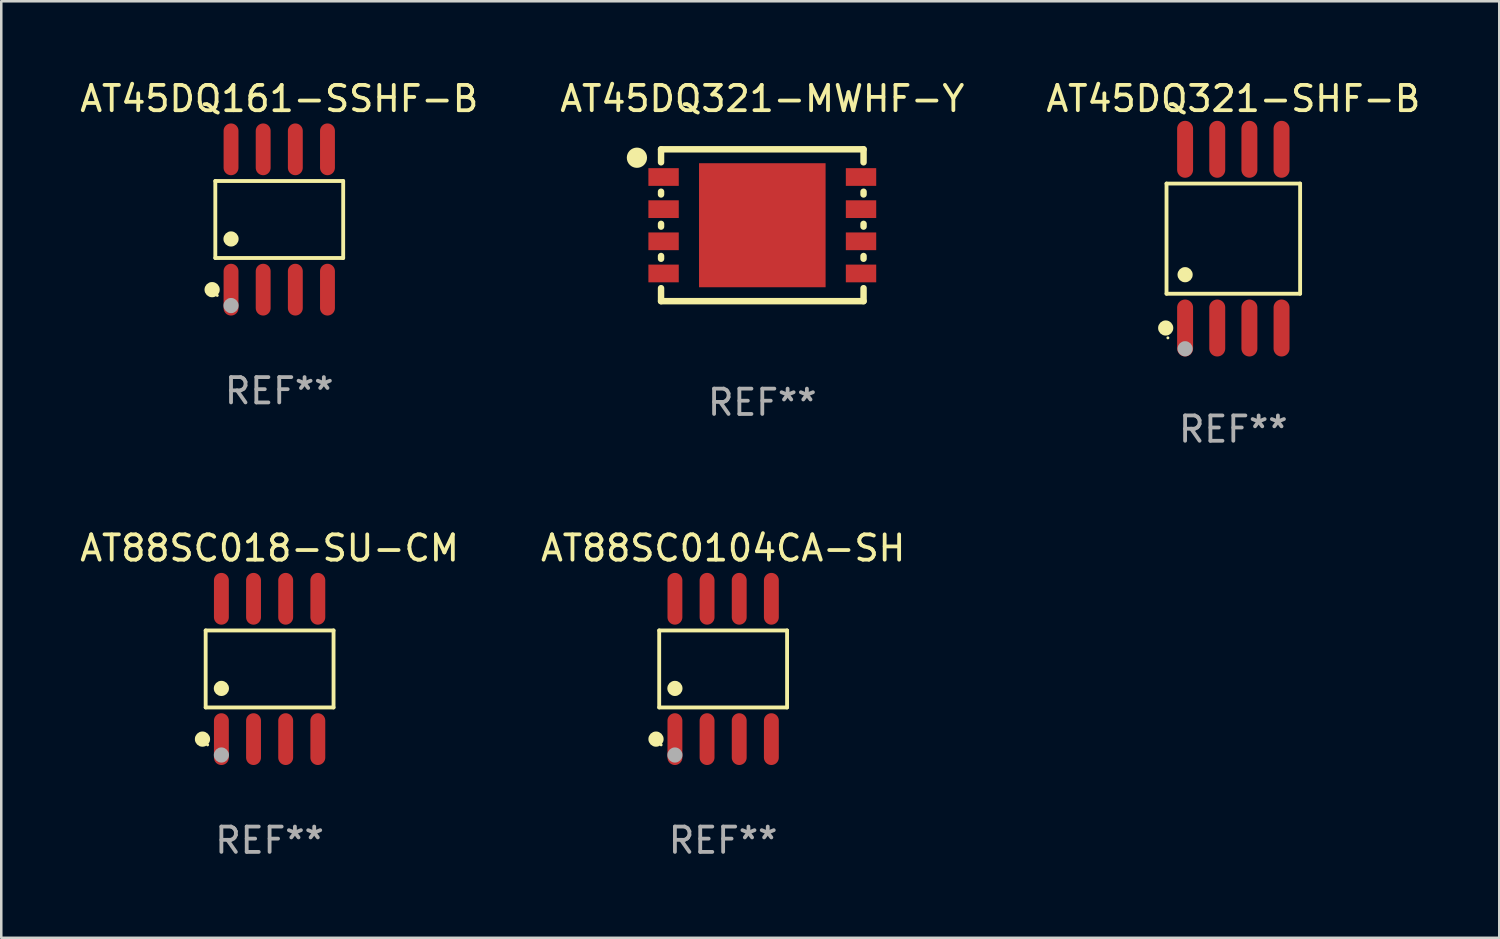
<source format=kicad_pcb>
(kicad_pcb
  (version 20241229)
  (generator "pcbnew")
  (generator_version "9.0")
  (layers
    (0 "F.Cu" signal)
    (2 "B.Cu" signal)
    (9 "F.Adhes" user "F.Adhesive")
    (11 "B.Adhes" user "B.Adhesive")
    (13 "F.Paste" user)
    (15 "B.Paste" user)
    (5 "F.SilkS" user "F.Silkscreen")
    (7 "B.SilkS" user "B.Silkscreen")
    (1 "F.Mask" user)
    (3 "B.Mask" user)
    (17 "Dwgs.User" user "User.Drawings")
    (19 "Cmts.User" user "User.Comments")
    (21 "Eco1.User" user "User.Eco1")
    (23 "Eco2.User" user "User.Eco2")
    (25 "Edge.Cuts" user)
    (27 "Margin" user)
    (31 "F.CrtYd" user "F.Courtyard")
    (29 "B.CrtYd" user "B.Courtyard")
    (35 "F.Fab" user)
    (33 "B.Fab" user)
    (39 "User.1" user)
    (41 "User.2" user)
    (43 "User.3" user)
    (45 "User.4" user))
  (footprint "AT88SC0104CA-SH"
    (layer "F.Cu")
    (at 25.518 23.377)
    (property "Reference" "AT88SC0104CA-SH" (at 0 -4.772 0) (layer "F.SilkS") (effects (font (size 1 1) (thickness 0.15))))
    (attr through_hole)
    (fp_line (start -2.526 -1.521) (end 2.526 -1.521) (stroke (width 0.152) (type solid)) (layer "F.SilkS"))
    (fp_line (start -2.526 1.521) (end -2.526 -1.521) (stroke (width 0.152) (type solid)) (layer "F.SilkS"))
    (fp_line (start 2.526 -1.521) (end 2.526 1.521) (stroke (width 0.152) (type solid)) (layer "F.SilkS"))
    (fp_line (start 2.526 1.521) (end -2.526 1.521) (stroke (width 0.152) (type solid)) (layer "F.SilkS"))
    (fp_circle (center -2.652 2.772) (end -2.501 2.772) (stroke (width 0.3) (type solid)) (fill no) (layer "F.SilkS"))
    (fp_circle (center -2.45 3) (end -2.42 3) (stroke (width 0.06) (type solid)) (fill no) (layer "F.SilkS"))
    (fp_circle (center -1.905 0.769) (end -1.755 0.769) (stroke (width 0.3) (type solid)) (fill no) (layer "F.SilkS"))
    (fp_circle (center -1.905 3.4) (end -1.755 3.4) (stroke (width 0.3) (type solid)) (fill no) (layer "F.Fab"))
    (fp_text user "REF**" (at 0 6.772 0) (layer "F.Fab") (effects (font (size 1 1) (thickness 0.15))))
    (pad "1" smd oval (at -1.905 2.772) (size 0.588 2.045) (layers "F.Cu" "F.Mask" "F.Paste"))
    (pad "2" smd oval (at -0.635 2.772) (size 0.588 2.045) (layers "F.Cu" "F.Mask" "F.Paste"))
    (pad "3" smd oval (at 0.635 2.772) (size 0.588 2.045) (layers "F.Cu" "F.Mask" "F.Paste"))
    (pad "4" smd oval (at 1.905 2.772) (size 0.588 2.045) (layers "F.Cu" "F.Mask" "F.Paste"))
    (pad "5" smd oval (at 1.905 -2.772) (size 0.588 2.045) (layers "F.Cu" "F.Mask" "F.Paste"))
    (pad "6" smd oval (at 0.635 -2.772) (size 0.588 2.045) (layers "F.Cu" "F.Mask" "F.Paste"))
    (pad "7" smd oval (at -0.635 -2.772) (size 0.588 2.045) (layers "F.Cu" "F.Mask" "F.Paste"))
    (pad "8" smd oval (at -1.905 -2.772) (size 0.588 2.045) (layers "F.Cu" "F.Mask" "F.Paste")))
  (footprint "AT45DQ161-SSHF-B"
    (layer "F.Cu")
    (at 7.982 5.621)
    (property "Reference" "AT45DQ161-SSHF-B" (at 0 -4.772 0) (layer "F.SilkS") (effects (font (size 1 1) (thickness 0.15))))
    (attr through_hole)
    (fp_line (start -2.526 -1.521) (end 2.526 -1.521) (stroke (width 0.152) (type solid)) (layer "F.SilkS"))
    (fp_line (start -2.526 1.521) (end -2.526 -1.521) (stroke (width 0.152) (type solid)) (layer "F.SilkS"))
    (fp_line (start 2.526 -1.521) (end 2.526 1.521) (stroke (width 0.152) (type solid)) (layer "F.SilkS"))
    (fp_line (start 2.526 1.521) (end -2.526 1.521) (stroke (width 0.152) (type solid)) (layer "F.SilkS"))
    (fp_circle (center -2.652 2.772) (end -2.501 2.772) (stroke (width 0.3) (type solid)) (fill no) (layer "F.SilkS"))
    (fp_circle (center -2.45 3) (end -2.42 3) (stroke (width 0.06) (type solid)) (fill no) (layer "F.SilkS"))
    (fp_circle (center -1.905 0.769) (end -1.755 0.769) (stroke (width 0.3) (type solid)) (fill no) (layer "F.SilkS"))
    (fp_circle (center -1.905 3.4) (end -1.755 3.4) (stroke (width 0.3) (type solid)) (fill no) (layer "F.Fab"))
    (fp_text user "REF**" (at 0 6.772 0) (layer "F.Fab") (effects (font (size 1 1) (thickness 0.15))))
    (pad "1" smd oval (at -1.905 2.772) (size 0.588 2.045) (layers "F.Cu" "F.Mask" "F.Paste"))
    (pad "2" smd oval (at -0.635 2.772) (size 0.588 2.045) (layers "F.Cu" "F.Mask" "F.Paste"))
    (pad "3" smd oval (at 0.635 2.772) (size 0.588 2.045) (layers "F.Cu" "F.Mask" "F.Paste"))
    (pad "4" smd oval (at 1.905 2.772) (size 0.588 2.045) (layers "F.Cu" "F.Mask" "F.Paste"))
    (pad "5" smd oval (at 1.905 -2.772) (size 0.588 2.045) (layers "F.Cu" "F.Mask" "F.Paste"))
    (pad "6" smd oval (at 0.635 -2.772) (size 0.588 2.045) (layers "F.Cu" "F.Mask" "F.Paste"))
    (pad "7" smd oval (at -0.635 -2.772) (size 0.588 2.045) (layers "F.Cu" "F.Mask" "F.Paste"))
    (pad "8" smd oval (at -1.905 -2.772) (size 0.588 2.045) (layers "F.Cu" "F.Mask" "F.Paste")))
  (footprint "AT45DQ321-MWHF-Y"
    (layer "F.Cu")
    (at 27.065 5.848)
    (property "Reference" "AT45DQ321-MWHF-Y" (at 0 -5 0) (layer "F.SilkS") (effects (font (size 1 1) (thickness 0.15))))
    (attr through_hole)
    (fp_line (start -4 -3) (end -4 -2.486) (stroke (width 0.254) (type solid)) (layer "F.SilkS"))
    (fp_line (start -4 -1.324) (end -4 -1.216) (stroke (width 0.254) (type solid)) (layer "F.SilkS"))
    (fp_line (start -4 -0.054) (end -4 0.054) (stroke (width 0.254) (type solid)) (layer "F.SilkS"))
    (fp_line (start -4 1.216) (end -4 1.324) (stroke (width 0.254) (type solid)) (layer "F.SilkS"))
    (fp_line (start -4 2.486) (end -4 3) (stroke (width 0.254) (type solid)) (layer "F.SilkS"))
    (fp_line (start 4 -3) (end -4 -3) (stroke (width 0.254) (type solid)) (layer "F.SilkS"))
    (fp_line (start 4 -3) (end 4 -2.486) (stroke (width 0.254) (type solid)) (layer "F.SilkS"))
    (fp_line (start 4 -1.324) (end 4 -1.216) (stroke (width 0.254) (type solid)) (layer "F.SilkS"))
    (fp_line (start 4 -0.054) (end 4 0.054) (stroke (width 0.254) (type solid)) (layer "F.SilkS"))
    (fp_line (start 4 1.216) (end 4 1.324) (stroke (width 0.254) (type solid)) (layer "F.SilkS"))
    (fp_line (start 4 2.486) (end 4 3) (stroke (width 0.254) (type solid)) (layer "F.SilkS"))
    (fp_line (start 4 3) (end -4 3) (stroke (width 0.254) (type solid)) (layer "F.SilkS"))
    (fp_circle (center -4.953 -2.667) (end -4.753 -2.667) (stroke (width 0.4) (type solid)) (fill no) (layer "F.SilkS"))
    (fp_text user "REF**" (at 0 7 0) (layer "F.Fab") (effects (font (size 1 1) (thickness 0.15))))
    (pad "1" smd rect (at -3.9 -1.905) (size 1.2 0.7) (layers "F.Cu" "F.Mask" "F.Paste"))
    (pad "2" smd rect (at -3.9 -0.635) (size 1.2 0.7) (layers "F.Cu" "F.Mask" "F.Paste"))
    (pad "3" smd rect (at -3.9 0.635) (size 1.2 0.7) (layers "F.Cu" "F.Mask" "F.Paste"))
    (pad "4" smd rect (at -3.9 1.905) (size 1.2 0.7) (layers "F.Cu" "F.Mask" "F.Paste"))
    (pad "5" smd rect (at 3.9 1.905) (size 1.2 0.7) (layers "F.Cu" "F.Mask" "F.Paste"))
    (pad "6" smd rect (at 3.9 0.635) (size 1.2 0.7) (layers "F.Cu" "F.Mask" "F.Paste"))
    (pad "7" smd rect (at 3.9 -0.635) (size 1.2 0.7) (layers "F.Cu" "F.Mask" "F.Paste"))
    (pad "8" smd rect (at 3.9 -1.905) (size 1.2 0.7) (layers "F.Cu" "F.Mask" "F.Paste"))
    (pad "9" smd rect (at 0.000127 0) (size 5 4.9) (layers "F.Cu" "F.Mask" "F.Paste")))
  (footprint "AT88SC018-SU-CM"
    (layer "F.Cu")
    (at 7.601 23.377)
    (property "Reference" "AT88SC018-SU-CM" (at 0 -4.772 0) (layer "F.SilkS") (effects (font (size 1 1) (thickness 0.15))))
    (attr through_hole)
    (fp_line (start -2.526 -1.521) (end 2.526 -1.521) (stroke (width 0.152) (type solid)) (layer "F.SilkS"))
    (fp_line (start -2.526 1.521) (end -2.526 -1.521) (stroke (width 0.152) (type solid)) (layer "F.SilkS"))
    (fp_line (start 2.526 -1.521) (end 2.526 1.521) (stroke (width 0.152) (type solid)) (layer "F.SilkS"))
    (fp_line (start 2.526 1.521) (end -2.526 1.521) (stroke (width 0.152) (type solid)) (layer "F.SilkS"))
    (fp_circle (center -2.652 2.772) (end -2.501 2.772) (stroke (width 0.3) (type solid)) (fill no) (layer "F.SilkS"))
    (fp_circle (center -2.45 3) (end -2.42 3) (stroke (width 0.06) (type solid)) (fill no) (layer "F.SilkS"))
    (fp_circle (center -1.905 0.769) (end -1.755 0.769) (stroke (width 0.3) (type solid)) (fill no) (layer "F.SilkS"))
    (fp_circle (center -1.905 3.4) (end -1.755 3.4) (stroke (width 0.3) (type solid)) (fill no) (layer "F.Fab"))
    (fp_text user "REF**" (at 0 6.772 0) (layer "F.Fab") (effects (font (size 1 1) (thickness 0.15))))
    (pad "1" smd oval (at -1.905 2.772) (size 0.588 2.045) (layers "F.Cu" "F.Mask" "F.Paste"))
    (pad "2" smd oval (at -0.635 2.772) (size 0.588 2.045) (layers "F.Cu" "F.Mask" "F.Paste"))
    (pad "3" smd oval (at 0.635 2.772) (size 0.588 2.045) (layers "F.Cu" "F.Mask" "F.Paste"))
    (pad "4" smd oval (at 1.905 2.772) (size 0.588 2.045) (layers "F.Cu" "F.Mask" "F.Paste"))
    (pad "5" smd oval (at 1.905 -2.772) (size 0.588 2.045) (layers "F.Cu" "F.Mask" "F.Paste"))
    (pad "6" smd oval (at 0.635 -2.772) (size 0.588 2.045) (layers "F.Cu" "F.Mask" "F.Paste"))
    (pad "7" smd oval (at -0.635 -2.772) (size 0.588 2.045) (layers "F.Cu" "F.Mask" "F.Paste"))
    (pad "8" smd oval (at -1.905 -2.772) (size 0.588 2.045) (layers "F.Cu" "F.Mask" "F.Paste")))
  (footprint "AT45DQ321-SHF-B"
    (layer "F.Cu")
    (at 45.673 6.378)
    (property "Reference" "AT45DQ321-SHF-B" (at 0 -5.53 0) (layer "F.SilkS") (effects (font (size 1 1) (thickness 0.15))))
    (attr through_hole)
    (fp_line (start -2.639 -2.176) (end 2.639 -2.176) (stroke (width 0.152) (type solid)) (layer "F.SilkS"))
    (fp_line (start -2.639 2.176) (end -2.639 -2.176) (stroke (width 0.152) (type solid)) (layer "F.SilkS"))
    (fp_line (start 2.639 -2.176) (end 2.639 2.176) (stroke (width 0.152) (type solid)) (layer "F.SilkS"))
    (fp_line (start 2.639 2.176) (end -2.639 2.176) (stroke (width 0.152) (type solid)) (layer "F.SilkS"))
    (fp_circle (center -2.672 3.53) (end -2.522 3.53) (stroke (width 0.3) (type solid)) (fill no) (layer "F.SilkS"))
    (fp_circle (center -2.585 3.92) (end -2.555 3.92) (stroke (width 0.06) (type solid)) (fill no) (layer "F.SilkS"))
    (fp_circle (center -1.905 1.424) (end -1.755 1.424) (stroke (width 0.3) (type solid)) (fill no) (layer "F.SilkS"))
    (fp_circle (center -1.905 4.35) (end -1.755 4.35) (stroke (width 0.3) (type solid)) (fill no) (layer "F.Fab"))
    (fp_text user "REF**" (at 0 7.53 0) (layer "F.Fab") (effects (font (size 1 1) (thickness 0.15))))
    (pad "1" smd oval (at -1.905 3.53) (size 0.63 2.25) (layers "F.Cu" "F.Mask" "F.Paste"))
    (pad "2" smd oval (at -0.635 3.53) (size 0.63 2.25) (layers "F.Cu" "F.Mask" "F.Paste"))
    (pad "3" smd oval (at 0.635 3.53) (size 0.63 2.25) (layers "F.Cu" "F.Mask" "F.Paste"))
    (pad "4" smd oval (at 1.905 3.53) (size 0.63 2.25) (layers "F.Cu" "F.Mask" "F.Paste"))
    (pad "5" smd oval (at 1.905 -3.53) (size 0.63 2.25) (layers "F.Cu" "F.Mask" "F.Paste"))
    (pad "6" smd oval (at 0.635 -3.53) (size 0.63 2.25) (layers "F.Cu" "F.Mask" "F.Paste"))
    (pad "7" smd oval (at -0.635 -3.53) (size 0.63 2.25) (layers "F.Cu" "F.Mask" "F.Paste"))
    (pad "8" smd oval (at -1.905 -3.53) (size 0.63 2.25) (layers "F.Cu" "F.Mask" "F.Paste")))
  (gr_rect
    (start -3 -3)
    (end 56.179 33.998)
    (stroke (width 0.1) (type default))
    (fill no)
    (layer "Edge.Cuts")))
</source>
